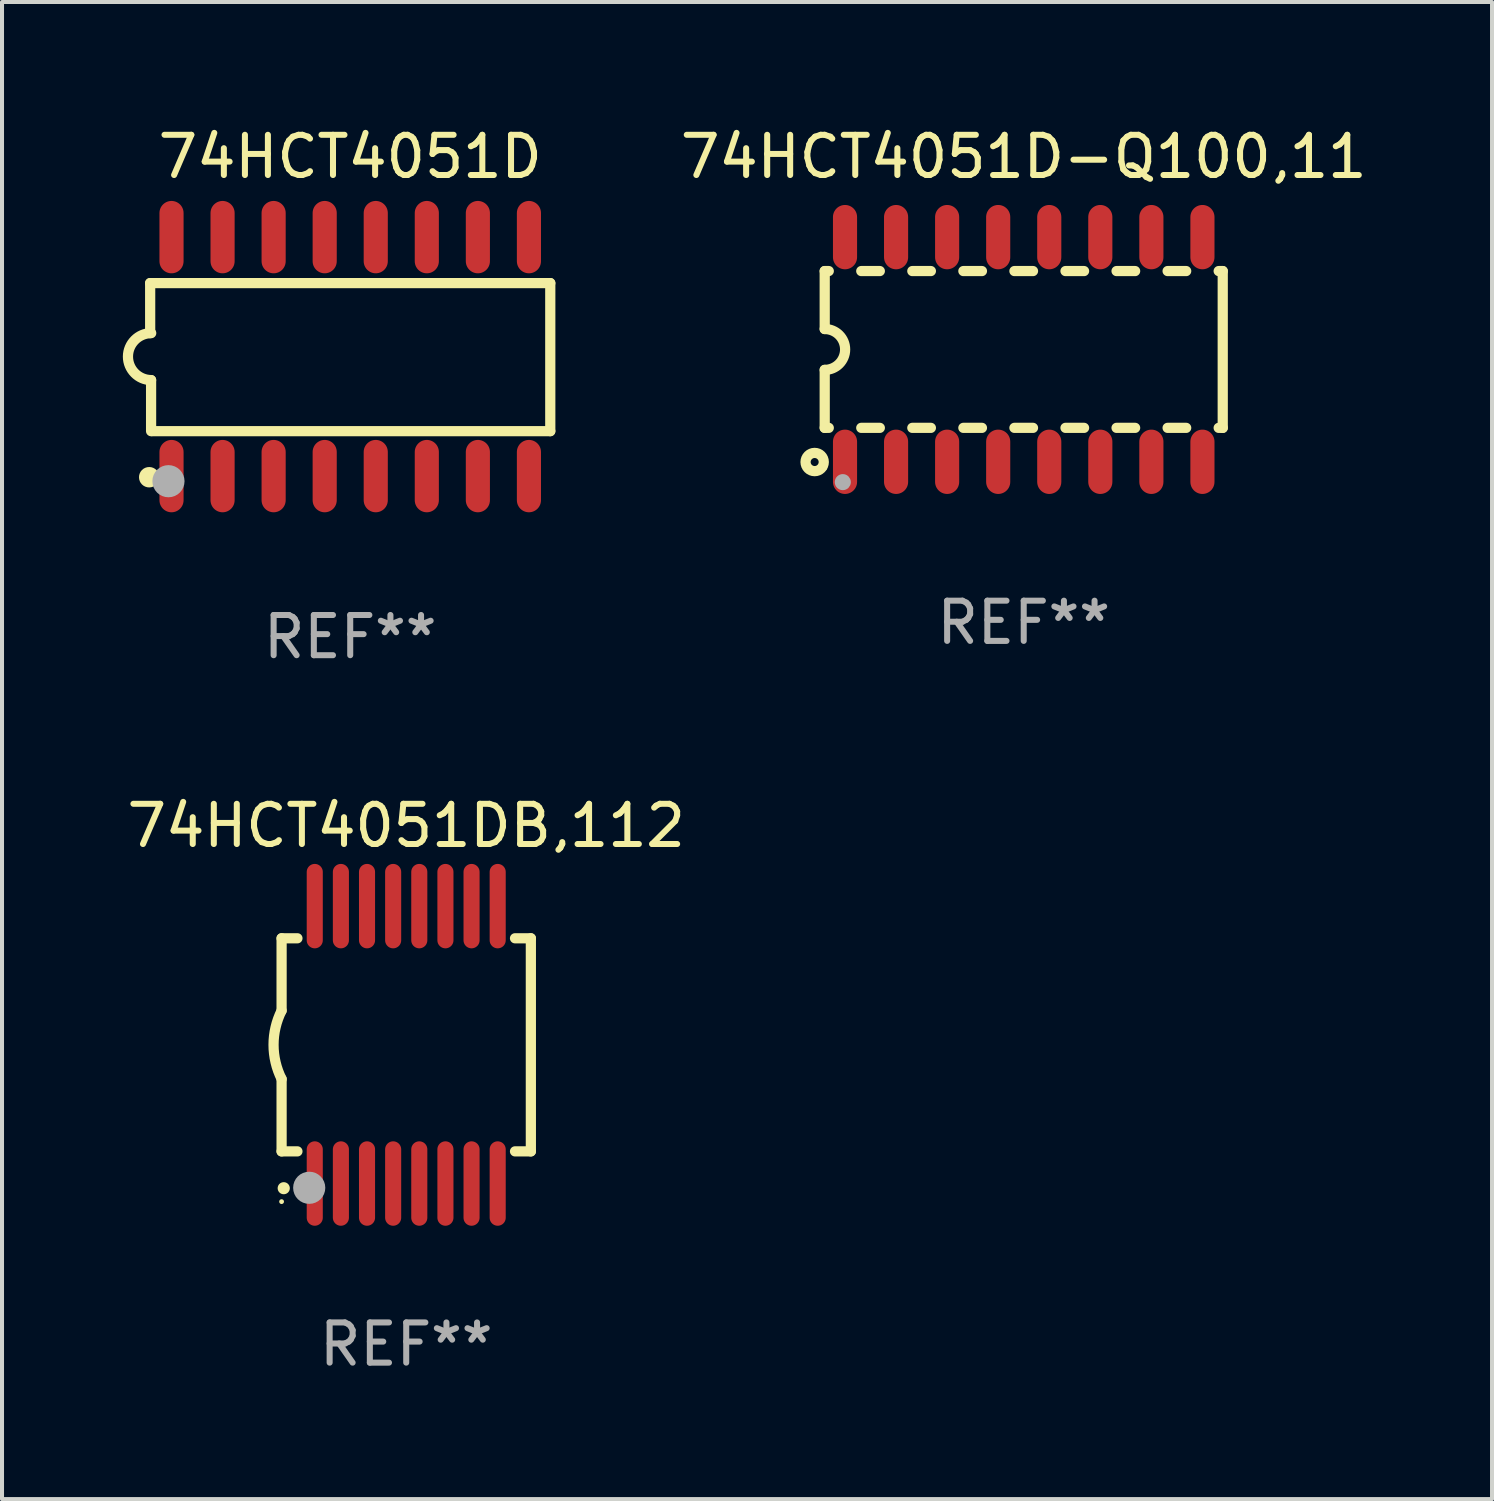
<source format=kicad_pcb>
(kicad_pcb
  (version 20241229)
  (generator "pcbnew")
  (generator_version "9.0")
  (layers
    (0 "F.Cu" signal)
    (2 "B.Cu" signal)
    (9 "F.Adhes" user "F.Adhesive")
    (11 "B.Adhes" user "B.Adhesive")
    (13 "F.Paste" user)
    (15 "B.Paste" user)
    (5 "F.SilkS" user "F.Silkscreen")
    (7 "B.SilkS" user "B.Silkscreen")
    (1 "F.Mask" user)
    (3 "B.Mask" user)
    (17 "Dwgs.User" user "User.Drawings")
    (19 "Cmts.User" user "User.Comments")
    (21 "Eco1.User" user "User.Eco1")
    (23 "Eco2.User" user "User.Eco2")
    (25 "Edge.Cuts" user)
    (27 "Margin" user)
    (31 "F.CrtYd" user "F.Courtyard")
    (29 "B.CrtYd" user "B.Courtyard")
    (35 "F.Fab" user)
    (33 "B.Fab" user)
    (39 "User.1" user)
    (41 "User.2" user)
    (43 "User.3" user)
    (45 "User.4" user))
  (footprint "74HCT4051DB,112"
    (layer "F.Cu")
    (at 7.054 22.938)
    (property "Reference" "74HCT4051DB,112" (at 0 -5.45 0) (layer "F.SilkS") (effects (font (size 1 1) (thickness 0.15))))
    (attr through_hole)
    (fp_line (start -3.1 -2.65) (end -3.1 -0.85) (stroke (width 0.254) (type solid)) (layer "F.SilkS"))
    (fp_line (start -3.1 -2.65) (end -2.706 -2.65) (stroke (width 0.254) (type solid)) (layer "F.SilkS"))
    (fp_line (start -3.1 2.65) (end -3.1 0.85) (stroke (width 0.254) (type solid)) (layer "F.SilkS"))
    (fp_line (start -3.1 2.65) (end -2.706 2.65) (stroke (width 0.254) (type solid)) (layer "F.SilkS"))
    (fp_line (start 2.706 -2.65) (end 3.1 -2.65) (stroke (width 0.254) (type solid)) (layer "F.SilkS"))
    (fp_line (start 2.706 2.65) (end 3.1 2.65) (stroke (width 0.254) (type solid)) (layer "F.SilkS"))
    (fp_line (start 3.1 -2.65) (end 3.1 2.65) (stroke (width 0.254) (type solid)) (layer "F.SilkS"))
    (fp_arc (start -3.098907 0.850902) (mid -3.300057 0.000523) (end -3.1 -0.850114) (stroke (width 0.254001) (type solid)) (layer "F.SilkS"))
    (fp_arc (start -3.048006 3.566066) (mid -3.046736 3.566061) (end -3.045466 3.566066) (stroke (width 0.3) (type solid)) (layer "F.SilkS"))
    (fp_circle (center -3.1 3.9) (end -3.07 3.9) (stroke (width 0.06) (type solid)) (fill no) (layer "F.SilkS"))
    (fp_circle (center -2.413 3.556) (end -2.213 3.556) (stroke (width 0.4) (type solid)) (fill no) (layer "F.Fab"))
    (fp_text user "REF**" (at 0 7.45 0) (layer "F.Fab") (effects (font (size 1 1) (thickness 0.15))))
    (pad "1" smd oval (at -2.275 3.45 180) (size 0.4 2.1) (layers "F.Cu" "F.Mask" "F.Paste"))
    (pad "2" smd oval (at -1.625 3.45 180) (size 0.4 2.1) (layers "F.Cu" "F.Mask" "F.Paste"))
    (pad "3" smd oval (at -0.975 3.45 180) (size 0.4 2.1) (layers "F.Cu" "F.Mask" "F.Paste"))
    (pad "4" smd oval (at -0.325 3.45 180) (size 0.4 2.1) (layers "F.Cu" "F.Mask" "F.Paste"))
    (pad "5" smd oval (at 0.325 3.45 180) (size 0.4 2.1) (layers "F.Cu" "F.Mask" "F.Paste"))
    (pad "6" smd oval (at 0.975 3.45 180) (size 0.4 2.1) (layers "F.Cu" "F.Mask" "F.Paste"))
    (pad "7" smd oval (at 1.625 3.45 180) (size 0.4 2.1) (layers "F.Cu" "F.Mask" "F.Paste"))
    (pad "8" smd oval (at 2.275 3.45 180) (size 0.4 2.1) (layers "F.Cu" "F.Mask" "F.Paste"))
    (pad "9" smd oval (at 2.275 -3.45 180) (size 0.4 2.1) (layers "F.Cu" "F.Mask" "F.Paste"))
    (pad "10" smd oval (at 1.625 -3.45 180) (size 0.4 2.1) (layers "F.Cu" "F.Mask" "F.Paste"))
    (pad "11" smd oval (at 0.975 -3.45 180) (size 0.4 2.1) (layers "F.Cu" "F.Mask" "F.Paste"))
    (pad "12" smd oval (at 0.325 -3.45 180) (size 0.4 2.1) (layers "F.Cu" "F.Mask" "F.Paste"))
    (pad "13" smd oval (at -0.325 -3.45 180) (size 0.4 2.1) (layers "F.Cu" "F.Mask" "F.Paste"))
    (pad "14" smd oval (at -0.975 -3.45 180) (size 0.4 2.1) (layers "F.Cu" "F.Mask" "F.Paste"))
    (pad "15" smd oval (at -1.625 -3.45 180) (size 0.4 2.1) (layers "F.Cu" "F.Mask" "F.Paste"))
    (pad "16" smd oval (at -2.275 -3.45 180) (size 0.4 2.1) (layers "F.Cu" "F.Mask" "F.Paste")))
  (footprint "74HCT4051D"
    (layer "F.Cu")
    (at 5.661 5.82)
    (property "Reference" "74HCT4051D" (at 0 -4.972 0) (layer "F.SilkS") (effects (font (size 1 1) (thickness 0.15))))
    (attr through_hole)
    (fp_line (start -4.976 -1.829) (end -4.976 -0.584) (stroke (width 0.254) (type solid)) (layer "F.SilkS"))
    (fp_line (start -4.953 0.584) (end -4.953 1.854) (stroke (width 0.254) (type solid)) (layer "F.SilkS"))
    (fp_line (start -4.928 1.854) (end 4.976 1.854) (stroke (width 0.254) (type solid)) (layer "F.SilkS"))
    (fp_line (start 4.976 -1.829) (end -4.976 -1.829) (stroke (width 0.254) (type solid)) (layer "F.SilkS"))
    (fp_line (start 4.976 1.854) (end 4.976 -1.829) (stroke (width 0.254) (type solid)) (layer "F.SilkS"))
    (fp_arc (start -4.95301 0.584201) (mid -5.533866 -0.00152) (end -4.950088 -0.584329) (stroke (width 0.254001) (type solid)) (layer "F.SilkS"))
    (fp_circle (center -5 3) (end -4.873 3) (stroke (width 0.254) (type solid)) (fill no) (layer "F.SilkS"))
    (fp_circle (center -4.521 3.099) (end -4.321 3.099) (stroke (width 0.4) (type solid)) (fill no) (layer "F.Fab"))
    (fp_text user "REF**" (at 0 6.972 0) (layer "F.Fab") (effects (font (size 1 1) (thickness 0.15))))
    (pad "1" smd oval (at -4.445 2.972 180) (size 0.6 1.8) (layers "F.Cu" "F.Mask" "F.Paste"))
    (pad "2" smd oval (at -3.175 2.972 180) (size 0.6 1.8) (layers "F.Cu" "F.Mask" "F.Paste"))
    (pad "3" smd oval (at -1.905 2.972 180) (size 0.6 1.8) (layers "F.Cu" "F.Mask" "F.Paste"))
    (pad "4" smd oval (at -0.635 2.972 180) (size 0.6 1.8) (layers "F.Cu" "F.Mask" "F.Paste"))
    (pad "5" smd oval (at 0.635 2.972 180) (size 0.6 1.8) (layers "F.Cu" "F.Mask" "F.Paste"))
    (pad "6" smd oval (at 1.905 2.972 180) (size 0.6 1.8) (layers "F.Cu" "F.Mask" "F.Paste"))
    (pad "7" smd oval (at 3.175 2.972 180) (size 0.6 1.8) (layers "F.Cu" "F.Mask" "F.Paste"))
    (pad "8" smd oval (at 4.445 2.972 180) (size 0.6 1.8) (layers "F.Cu" "F.Mask" "F.Paste"))
    (pad "9" smd oval (at 4.445 -2.972 180) (size 0.6 1.8) (layers "F.Cu" "F.Mask" "F.Paste"))
    (pad "10" smd oval (at 3.175 -2.972 180) (size 0.6 1.8) (layers "F.Cu" "F.Mask" "F.Paste"))
    (pad "11" smd oval (at 1.905 -2.972 180) (size 0.6 1.8) (layers "F.Cu" "F.Mask" "F.Paste"))
    (pad "12" smd oval (at 0.635 -2.972 180) (size 0.6 1.8) (layers "F.Cu" "F.Mask" "F.Paste"))
    (pad "13" smd oval (at -0.635 -2.972 180) (size 0.6 1.8) (layers "F.Cu" "F.Mask" "F.Paste"))
    (pad "14" smd oval (at -1.905 -2.972 180) (size 0.6 1.8) (layers "F.Cu" "F.Mask" "F.Paste"))
    (pad "15" smd oval (at -3.175 -2.972 180) (size 0.6 1.8) (layers "F.Cu" "F.Mask" "F.Paste"))
    (pad "16" smd oval (at -4.445 -2.972 180) (size 0.6 1.8) (layers "F.Cu" "F.Mask" "F.Paste")))
  (footprint "74HCT4051D-Q100,11"
    (layer "F.Cu")
    (at 22.413 5.642)
    (property "Reference" "74HCT4051D-Q100,11" (at 0 -4.794 0) (layer "F.SilkS") (effects (font (size 1 1) (thickness 0.15))))
    (attr through_hole)
    (fp_line (start -4.95 -1.95) (end -4.95 -0.508) (stroke (width 0.254) (type solid)) (layer "F.SilkS"))
    (fp_line (start -4.95 -1.95) (end -4.849 -1.95) (stroke (width 0.254) (type solid)) (layer "F.SilkS"))
    (fp_line (start -4.95 1.95) (end -4.95 0.508) (stroke (width 0.254) (type solid)) (layer "F.SilkS"))
    (fp_line (start -4.95 1.95) (end -4.849 1.95) (stroke (width 0.254) (type solid)) (layer "F.SilkS"))
    (fp_line (start -4.041 -1.95) (end -3.579 -1.95) (stroke (width 0.254) (type solid)) (layer "F.SilkS"))
    (fp_line (start -4.041 1.95) (end -3.579 1.95) (stroke (width 0.254) (type solid)) (layer "F.SilkS"))
    (fp_line (start -2.771 -1.95) (end -2.309 -1.95) (stroke (width 0.254) (type solid)) (layer "F.SilkS"))
    (fp_line (start -2.771 1.95) (end -2.309 1.95) (stroke (width 0.254) (type solid)) (layer "F.SilkS"))
    (fp_line (start -1.501 -1.95) (end -1.039 -1.95) (stroke (width 0.254) (type solid)) (layer "F.SilkS"))
    (fp_line (start -1.501 1.95) (end -1.039 1.95) (stroke (width 0.254) (type solid)) (layer "F.SilkS"))
    (fp_line (start -0.231 -1.95) (end 0.231 -1.95) (stroke (width 0.254) (type solid)) (layer "F.SilkS"))
    (fp_line (start -0.231 1.95) (end 0.231 1.95) (stroke (width 0.254) (type solid)) (layer "F.SilkS"))
    (fp_line (start 1.039 -1.95) (end 1.501 -1.95) (stroke (width 0.254) (type solid)) (layer "F.SilkS"))
    (fp_line (start 1.039 1.95) (end 1.501 1.95) (stroke (width 0.254) (type solid)) (layer "F.SilkS"))
    (fp_line (start 2.309 -1.95) (end 2.771 -1.95) (stroke (width 0.254) (type solid)) (layer "F.SilkS"))
    (fp_line (start 2.309 1.95) (end 2.771 1.95) (stroke (width 0.254) (type solid)) (layer "F.SilkS"))
    (fp_line (start 3.579 -1.95) (end 4.041 -1.95) (stroke (width 0.254) (type solid)) (layer "F.SilkS"))
    (fp_line (start 3.579 1.95) (end 4.041 1.95) (stroke (width 0.254) (type solid)) (layer "F.SilkS"))
    (fp_line (start 4.849 -1.95) (end 4.95 -1.95) (stroke (width 0.254) (type solid)) (layer "F.SilkS"))
    (fp_line (start 4.849 1.95) (end 4.95 1.95) (stroke (width 0.254) (type solid)) (layer "F.SilkS"))
    (fp_line (start 4.95 -1.95) (end 4.95 1.95) (stroke (width 0.254) (type solid)) (layer "F.SilkS"))
    (fp_arc (start -4.95047 -0.508001) (mid -4.442469 -0.000228) (end -4.950013 0.508001) (stroke (width 0.254001) (type solid)) (layer "F.SilkS"))
    (fp_circle (center -5.2 2.8) (end -5.1 2.8) (stroke (width 0.254) (type solid)) (fill no) (layer "F.SilkS"))
    (fp_circle (center -4.95 2.947) (end -4.92 2.947) (stroke (width 0.06) (type solid)) (fill no) (layer "F.SilkS"))
    (fp_circle (center -4.5 3.3) (end -4.4 3.3) (stroke (width 0.2) (type solid)) (fill no) (layer "F.Fab"))
    (fp_text user "REF**" (at 0 6.794 0) (layer "F.Fab") (effects (font (size 1 1) (thickness 0.15))))
    (pad "1" smd oval (at -4.445 2.794) (size 0.6 1.6) (layers "F.Cu" "F.Mask" "F.Paste"))
    (pad "2" smd oval (at -3.175 2.794) (size 0.6 1.6) (layers "F.Cu" "F.Mask" "F.Paste"))
    (pad "3" smd oval (at -1.905 2.794) (size 0.6 1.6) (layers "F.Cu" "F.Mask" "F.Paste"))
    (pad "4" smd oval (at -0.635 2.794) (size 0.6 1.6) (layers "F.Cu" "F.Mask" "F.Paste"))
    (pad "5" smd oval (at 0.635 2.794) (size 0.6 1.6) (layers "F.Cu" "F.Mask" "F.Paste"))
    (pad "6" smd oval (at 1.905 2.794) (size 0.6 1.6) (layers "F.Cu" "F.Mask" "F.Paste"))
    (pad "7" smd oval (at 3.175 2.794) (size 0.6 1.6) (layers "F.Cu" "F.Mask" "F.Paste"))
    (pad "8" smd oval (at 4.445 2.794) (size 0.6 1.6) (layers "F.Cu" "F.Mask" "F.Paste"))
    (pad "9" smd oval (at 4.445 -2.794) (size 0.6 1.6) (layers "F.Cu" "F.Mask" "F.Paste"))
    (pad "10" smd oval (at 3.175 -2.794) (size 0.6 1.6) (layers "F.Cu" "F.Mask" "F.Paste"))
    (pad "11" smd oval (at 1.905 -2.794) (size 0.6 1.6) (layers "F.Cu" "F.Mask" "F.Paste"))
    (pad "12" smd oval (at 0.635 -2.794) (size 0.6 1.6) (layers "F.Cu" "F.Mask" "F.Paste"))
    (pad "13" smd oval (at -0.635 -2.794) (size 0.6 1.6) (layers "F.Cu" "F.Mask" "F.Paste"))
    (pad "14" smd oval (at -1.905 -2.794) (size 0.6 1.6) (layers "F.Cu" "F.Mask" "F.Paste"))
    (pad "15" smd oval (at -3.175 -2.794) (size 0.6 1.6) (layers "F.Cu" "F.Mask" "F.Paste"))
    (pad "16" smd oval (at -4.445 -2.794) (size 0.6 1.6) (layers "F.Cu" "F.Mask" "F.Paste")))
  (gr_rect
    (start -3 -3)
    (end 34.061 34.237)
    (stroke (width 0.1) (type default))
    (fill no)
    (layer "Edge.Cuts")))
</source>
